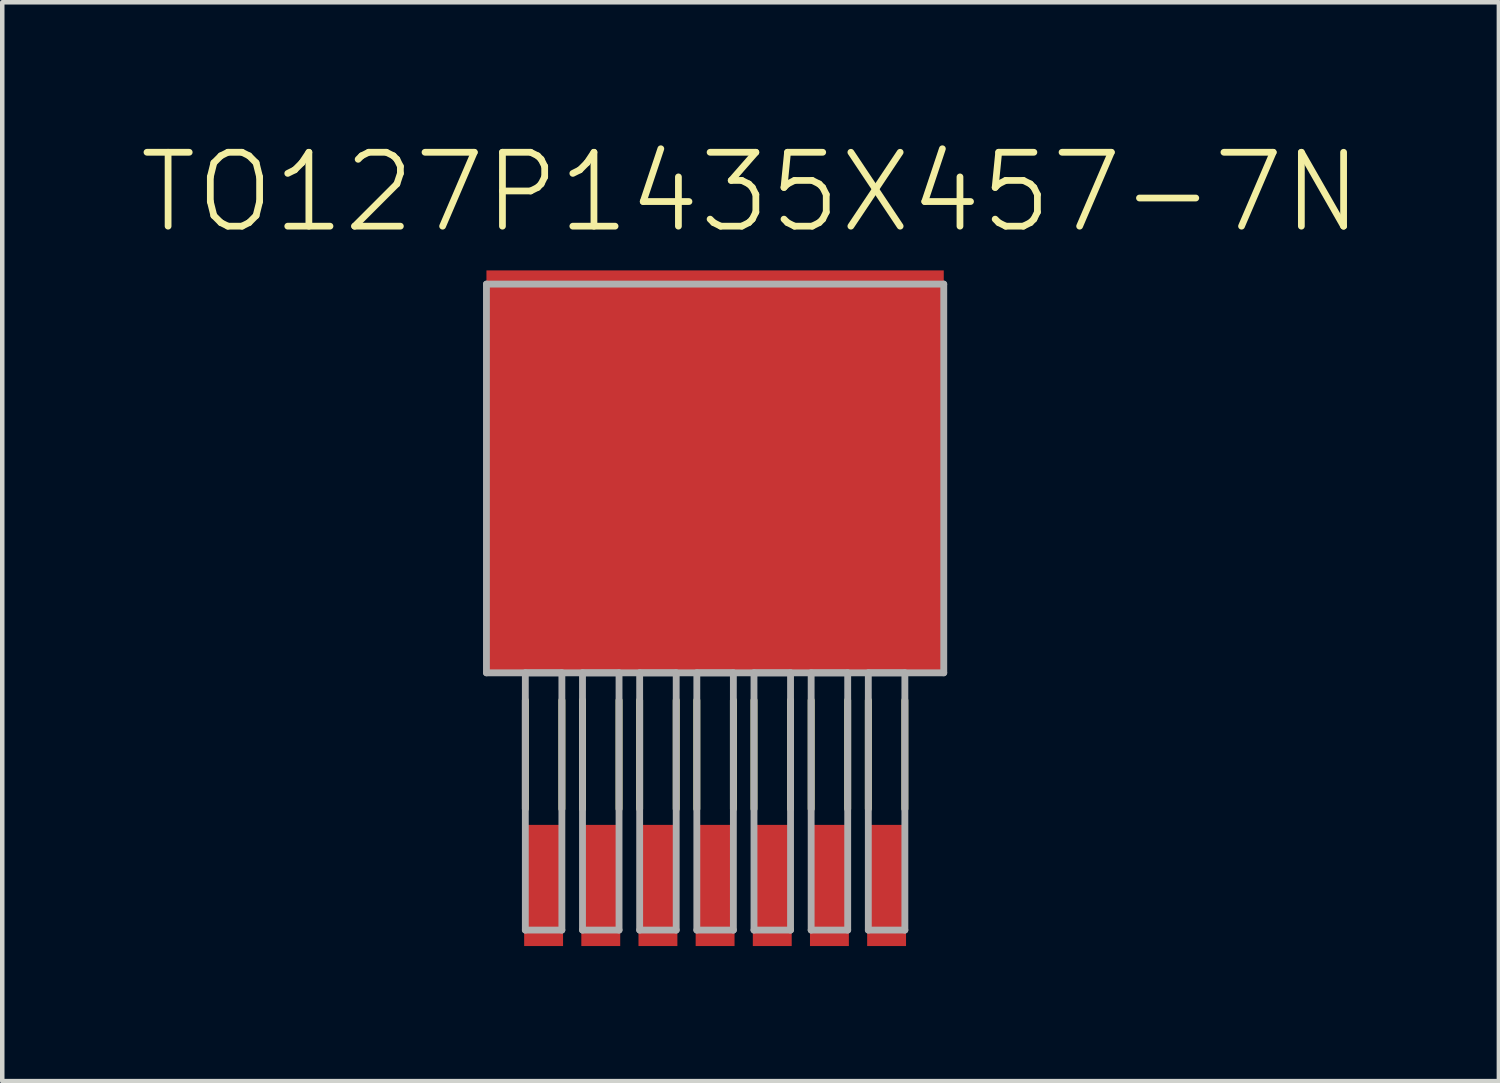
<source format=kicad_pcb>
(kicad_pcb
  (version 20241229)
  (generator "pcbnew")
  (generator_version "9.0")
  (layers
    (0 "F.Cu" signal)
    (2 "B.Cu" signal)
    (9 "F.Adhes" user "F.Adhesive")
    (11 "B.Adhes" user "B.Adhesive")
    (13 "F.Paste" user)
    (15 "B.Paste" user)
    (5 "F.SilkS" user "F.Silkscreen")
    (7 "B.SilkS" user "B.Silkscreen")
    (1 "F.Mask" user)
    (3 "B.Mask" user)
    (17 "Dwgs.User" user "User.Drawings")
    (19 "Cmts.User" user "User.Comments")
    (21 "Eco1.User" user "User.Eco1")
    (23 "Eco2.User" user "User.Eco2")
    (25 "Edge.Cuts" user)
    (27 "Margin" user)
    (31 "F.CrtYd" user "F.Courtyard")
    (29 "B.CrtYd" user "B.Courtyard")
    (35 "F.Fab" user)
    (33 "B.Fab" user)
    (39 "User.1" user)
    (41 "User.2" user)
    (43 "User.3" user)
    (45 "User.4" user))
  (footprint "TO127P1435X457-7N"
    (layer "F.Cu")
    (at 12.837 7.58)
    (property "Reference" "TO127P1435X457-7N" (at 0.788 -6.357 0) (layer "F.SilkS") (effects (font (size 1.642 1.642) (thickness 0.15))))
    (attr smd)
    (fp_line (start -4.216 4.928) (end -4.216 7.341) (stroke (width 0.152) (type solid)) (layer "F.SilkS"))
    (fp_line (start -3.404 4.928) (end -3.404 7.341) (stroke (width 0.152) (type solid)) (layer "F.SilkS"))
    (fp_line (start -2.946 4.928) (end -2.946 7.341) (stroke (width 0.152) (type solid)) (layer "F.SilkS"))
    (fp_line (start -2.134 4.928) (end -2.134 7.341) (stroke (width 0.152) (type solid)) (layer "F.SilkS"))
    (fp_line (start -1.676 4.928) (end -1.676 7.341) (stroke (width 0.152) (type solid)) (layer "F.SilkS"))
    (fp_line (start -0.864 4.928) (end -0.864 7.341) (stroke (width 0.152) (type solid)) (layer "F.SilkS"))
    (fp_line (start -0.406 4.928) (end -0.406 7.341) (stroke (width 0.152) (type solid)) (layer "F.SilkS"))
    (fp_line (start 0.406 4.928) (end 0.406 7.341) (stroke (width 0.152) (type solid)) (layer "F.SilkS"))
    (fp_line (start 0.864 4.928) (end 0.864 7.341) (stroke (width 0.152) (type solid)) (layer "F.SilkS"))
    (fp_line (start 1.676 4.928) (end 1.676 7.341) (stroke (width 0.152) (type solid)) (layer "F.SilkS"))
    (fp_line (start 2.134 4.928) (end 2.134 7.341) (stroke (width 0.152) (type solid)) (layer "F.SilkS"))
    (fp_line (start 2.946 4.928) (end 2.946 7.341) (stroke (width 0.152) (type solid)) (layer "F.SilkS"))
    (fp_line (start 3.404 4.928) (end 3.404 7.341) (stroke (width 0.152) (type solid)) (layer "F.SilkS"))
    (fp_line (start 4.216 4.928) (end 4.216 7.341) (stroke (width 0.152) (type solid)) (layer "F.SilkS"))
    (fp_line (start -5.08 -4.318) (end -5.08 4.318) (stroke (width 0.152) (type solid)) (layer "F.Fab"))
    (fp_line (start -5.08 4.318) (end 5.08 4.318) (stroke (width 0.152) (type solid)) (layer "F.Fab"))
    (fp_line (start -4.216 4.318) (end -4.216 10.033) (stroke (width 0.152) (type solid)) (layer "F.Fab"))
    (fp_line (start -4.216 10.033) (end -3.404 10.033) (stroke (width 0.152) (type solid)) (layer "F.Fab"))
    (fp_line (start -3.404 4.318) (end -4.216 4.318) (stroke (width 0.152) (type solid)) (layer "F.Fab"))
    (fp_line (start -3.404 10.033) (end -3.404 4.318) (stroke (width 0.152) (type solid)) (layer "F.Fab"))
    (fp_line (start -2.946 4.318) (end -2.946 10.033) (stroke (width 0.152) (type solid)) (layer "F.Fab"))
    (fp_line (start -2.946 10.033) (end -2.134 10.033) (stroke (width 0.152) (type solid)) (layer "F.Fab"))
    (fp_line (start -2.134 4.318) (end -2.946 4.318) (stroke (width 0.152) (type solid)) (layer "F.Fab"))
    (fp_line (start -2.134 10.033) (end -2.134 4.318) (stroke (width 0.152) (type solid)) (layer "F.Fab"))
    (fp_line (start -1.676 4.318) (end -1.676 10.033) (stroke (width 0.152) (type solid)) (layer "F.Fab"))
    (fp_line (start -1.676 10.033) (end -0.864 10.033) (stroke (width 0.152) (type solid)) (layer "F.Fab"))
    (fp_line (start -0.864 4.318) (end -1.676 4.318) (stroke (width 0.152) (type solid)) (layer "F.Fab"))
    (fp_line (start -0.864 10.033) (end -0.864 4.318) (stroke (width 0.152) (type solid)) (layer "F.Fab"))
    (fp_line (start -0.406 4.318) (end -0.406 10.033) (stroke (width 0.152) (type solid)) (layer "F.Fab"))
    (fp_line (start -0.406 10.033) (end 0.406 10.033) (stroke (width 0.152) (type solid)) (layer "F.Fab"))
    (fp_line (start 0.406 4.318) (end -0.406 4.318) (stroke (width 0.152) (type solid)) (layer "F.Fab"))
    (fp_line (start 0.406 10.033) (end 0.406 4.318) (stroke (width 0.152) (type solid)) (layer "F.Fab"))
    (fp_line (start 0.864 4.318) (end 0.864 10.033) (stroke (width 0.152) (type solid)) (layer "F.Fab"))
    (fp_line (start 0.864 10.033) (end 1.676 10.033) (stroke (width 0.152) (type solid)) (layer "F.Fab"))
    (fp_line (start 1.676 4.318) (end 0.864 4.318) (stroke (width 0.152) (type solid)) (layer "F.Fab"))
    (fp_line (start 1.676 10.033) (end 1.676 4.318) (stroke (width 0.152) (type solid)) (layer "F.Fab"))
    (fp_line (start 2.134 4.318) (end 2.134 10.033) (stroke (width 0.152) (type solid)) (layer "F.Fab"))
    (fp_line (start 2.134 10.033) (end 2.946 10.033) (stroke (width 0.152) (type solid)) (layer "F.Fab"))
    (fp_line (start 2.946 4.318) (end 2.134 4.318) (stroke (width 0.152) (type solid)) (layer "F.Fab"))
    (fp_line (start 2.946 10.033) (end 2.946 4.318) (stroke (width 0.152) (type solid)) (layer "F.Fab"))
    (fp_line (start 3.404 4.318) (end 3.404 10.033) (stroke (width 0.152) (type solid)) (layer "F.Fab"))
    (fp_line (start 3.404 10.033) (end 4.216 10.033) (stroke (width 0.152) (type solid)) (layer "F.Fab"))
    (fp_line (start 4.216 4.318) (end 3.404 4.318) (stroke (width 0.152) (type solid)) (layer "F.Fab"))
    (fp_line (start 4.216 10.033) (end 4.216 4.318) (stroke (width 0.152) (type solid)) (layer "F.Fab"))
    (fp_line (start 5.08 -4.318) (end -5.08 -4.318) (stroke (width 0.152) (type solid)) (layer "F.Fab"))
    (fp_line (start 5.08 4.318) (end 5.08 -4.318) (stroke (width 0.152) (type solid)) (layer "F.Fab"))
    (pad "1" smd rect (at -3.81 9.042) (size 0.864 2.692) (layers "F.Cu" "F.Mask" "F.Paste"))
    (pad "2" smd rect (at -2.54 9.042) (size 0.864 2.692) (layers "F.Cu" "F.Mask" "F.Paste"))
    (pad "3" smd rect (at -1.27 9.042) (size 0.864 2.692) (layers "F.Cu" "F.Mask" "F.Paste"))
    (pad "4" smd rect (at 0 9.042) (size 0.864 2.692) (layers "F.Cu" "F.Mask" "F.Paste"))
    (pad "5" smd rect (at 1.27 9.042) (size 0.864 2.692) (layers "F.Cu" "F.Mask" "F.Paste"))
    (pad "6" smd rect (at 2.54 9.042) (size 0.864 2.692) (layers "F.Cu" "F.Mask" "F.Paste"))
    (pad "7" smd rect (at 3.81 9.042) (size 0.864 2.692) (layers "F.Cu" "F.Mask" "F.Paste"))
    (pad "8" smd rect (at 0 -0.152) (size 10.16 8.941) (layers "F.Cu" "F.Mask" "F.Paste")))
  (gr_rect
    (start -3 -3)
    (end 30.25 20.969)
    (stroke (width 0.1) (type default))
    (fill no)
    (layer "Edge.Cuts")))
</source>
